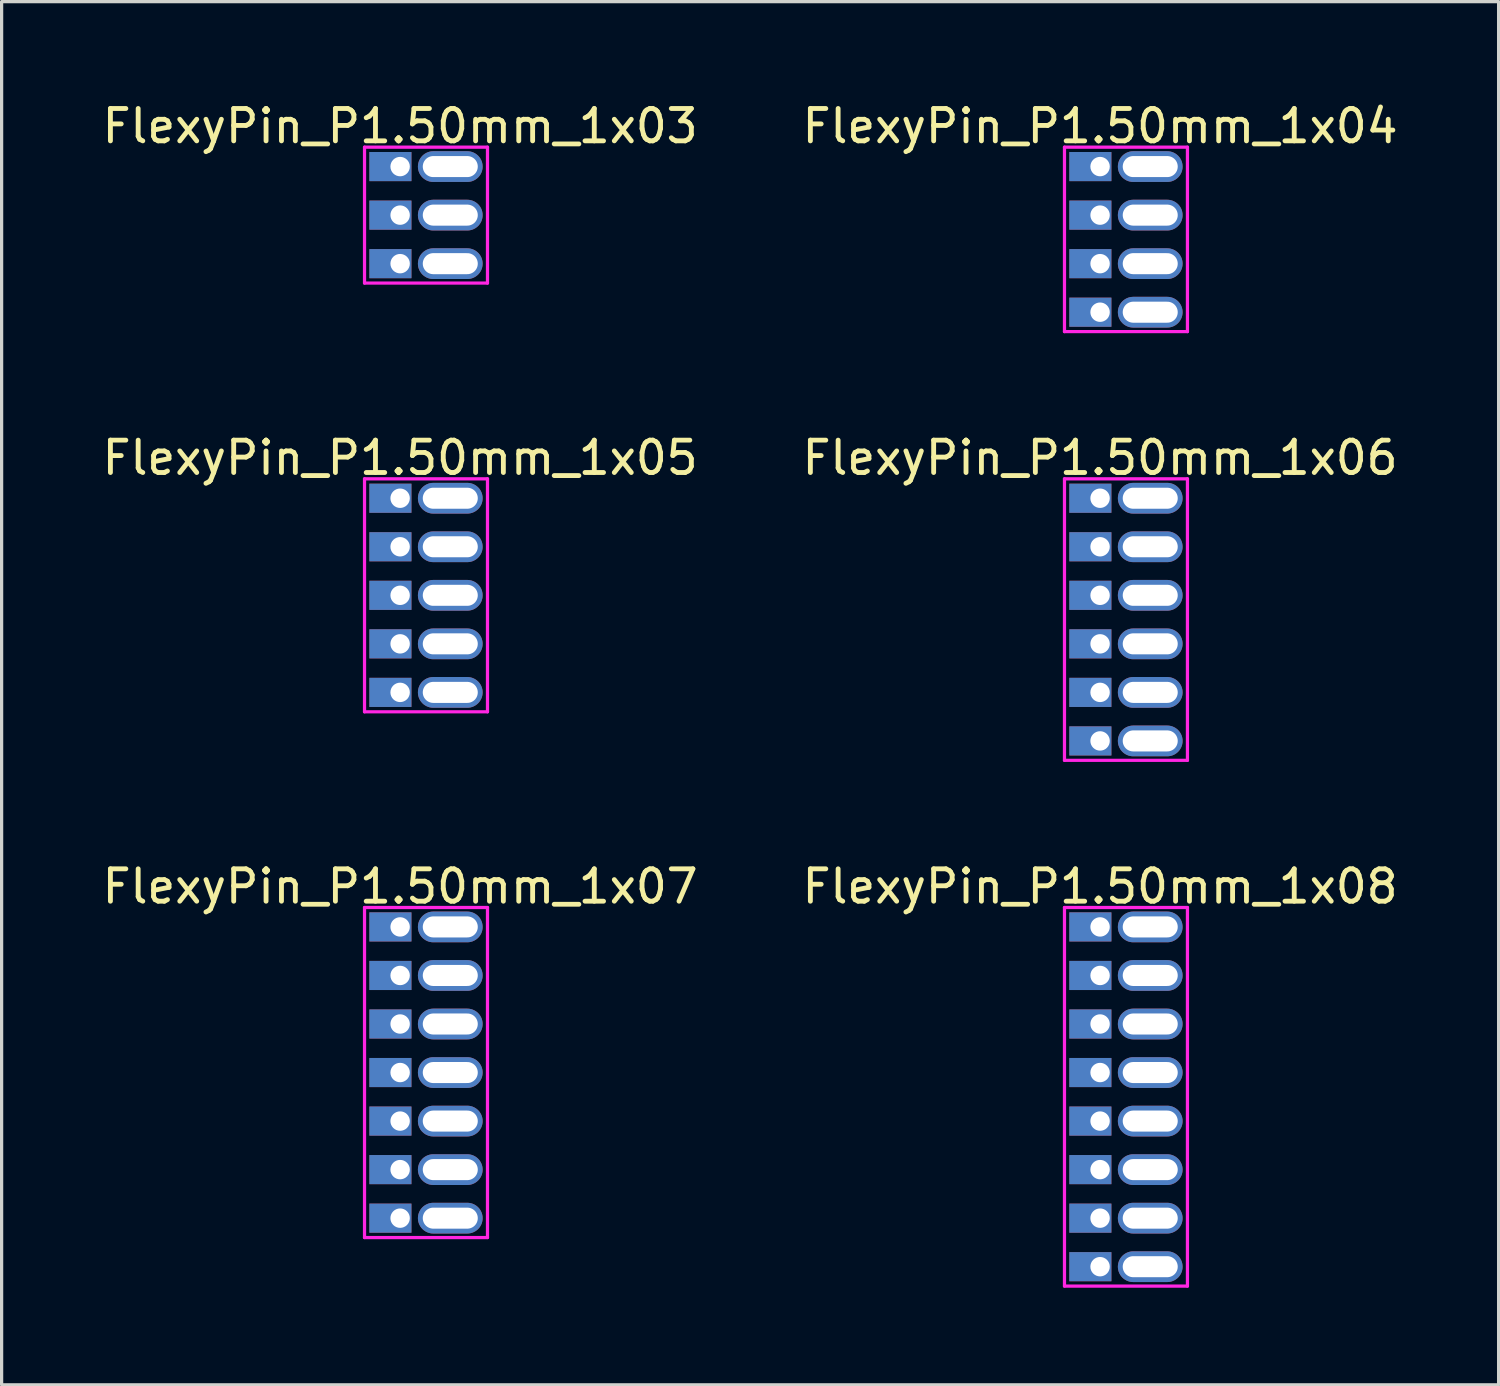
<source format=kicad_pcb>
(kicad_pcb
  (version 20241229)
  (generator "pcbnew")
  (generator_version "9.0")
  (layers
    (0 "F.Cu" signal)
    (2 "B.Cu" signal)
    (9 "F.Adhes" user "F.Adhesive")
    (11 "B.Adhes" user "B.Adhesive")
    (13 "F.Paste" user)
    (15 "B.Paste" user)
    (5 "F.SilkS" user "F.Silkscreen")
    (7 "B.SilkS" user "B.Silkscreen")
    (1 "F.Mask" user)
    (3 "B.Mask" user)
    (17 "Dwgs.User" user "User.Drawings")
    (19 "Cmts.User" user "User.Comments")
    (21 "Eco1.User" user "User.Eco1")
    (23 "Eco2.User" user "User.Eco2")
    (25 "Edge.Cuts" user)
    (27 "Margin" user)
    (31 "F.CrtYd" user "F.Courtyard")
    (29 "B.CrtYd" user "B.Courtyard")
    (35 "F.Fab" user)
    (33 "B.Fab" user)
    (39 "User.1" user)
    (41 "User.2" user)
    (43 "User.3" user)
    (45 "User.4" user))
  (footprint "FlexyPin_P1.50mm_1x04"
    (layer "F.Cu")
    (at 30.946 2.098)
    (property "Reference" "FlexyPin_P1.50mm_1x04" (at 0 -1.25 0) (layer "F.SilkS") (effects (font (size 1 1) (thickness 0.15))))
    (attr through_hole)
    (fp_line (start -1.1 -0.6) (end 2.7 -0.6) (stroke (width 0.1) (type solid)) (layer "F.CrtYd"))
    (fp_line (start -1.1 5.1) (end -1.1 -0.6) (stroke (width 0.1) (type solid)) (layer "F.CrtYd"))
    (fp_line (start 2.7 -0.6) (end 2.7 5.1) (stroke (width 0.1) (type solid)) (layer "F.CrtYd"))
    (fp_line (start 2.7 5.1) (end -1.1 5.1) (stroke (width 0.1) (type solid)) (layer "F.CrtYd"))
    (pad "" thru_hole oval (at 1.55 0) (size 2 0.95) (drill oval 1.7 0.65) (layers "*.Cu" "*.Mask"))
    (pad "" thru_hole oval (at 1.55 1.5) (size 2 0.95) (drill oval 1.7 0.65) (layers "*.Cu" "*.Mask"))
    (pad "" thru_hole oval (at 1.55 3) (size 2 0.95) (drill oval 1.7 0.65) (layers "*.Cu" "*.Mask"))
    (pad "" thru_hole oval (at 1.55 4.5) (size 2 0.95) (drill oval 1.7 0.65) (layers "*.Cu" "*.Mask"))
    (pad "1" thru_hole rect (at 0 0) (size 1.3 0.9) (drill 0.6 (offset -0.3 0)) (layers "*.Cu" "*.Mask"))
    (pad "2" thru_hole rect (at 0 1.5) (size 1.3 0.9) (drill 0.6 (offset -0.3 0)) (layers "*.Cu" "*.Mask"))
    (pad "3" thru_hole rect (at 0 3) (size 1.3 0.9) (drill 0.6 (offset -0.3 0)) (layers "*.Cu" "*.Mask"))
    (pad "4" thru_hole rect (at 0 4.5) (size 1.3 0.9) (drill 0.6 (offset -0.3 0)) (layers "*.Cu" "*.Mask")))
  (footprint "FlexyPin_P1.50mm_1x06"
    (layer "F.Cu")
    (at 30.946 12.347)
    (property "Reference" "FlexyPin_P1.50mm_1x06" (at 0 -1.25 0) (layer "F.SilkS") (effects (font (size 1 1) (thickness 0.15))))
    (attr through_hole)
    (fp_line (start -1.1 -0.6) (end 2.7 -0.6) (stroke (width 0.1) (type solid)) (layer "F.CrtYd"))
    (fp_line (start -1.1 8.1) (end -1.1 -0.6) (stroke (width 0.1) (type solid)) (layer "F.CrtYd"))
    (fp_line (start 2.7 -0.6) (end 2.7 8.1) (stroke (width 0.1) (type solid)) (layer "F.CrtYd"))
    (fp_line (start 2.7 8.1) (end -1.1 8.1) (stroke (width 0.1) (type solid)) (layer "F.CrtYd"))
    (pad "" thru_hole oval (at 1.55 0) (size 2 0.95) (drill oval 1.7 0.65) (layers "*.Cu" "*.Mask"))
    (pad "" thru_hole oval (at 1.55 1.5) (size 2 0.95) (drill oval 1.7 0.65) (layers "*.Cu" "*.Mask"))
    (pad "" thru_hole oval (at 1.55 3) (size 2 0.95) (drill oval 1.7 0.65) (layers "*.Cu" "*.Mask"))
    (pad "" thru_hole oval (at 1.55 4.5) (size 2 0.95) (drill oval 1.7 0.65) (layers "*.Cu" "*.Mask"))
    (pad "" thru_hole oval (at 1.55 6) (size 2 0.95) (drill oval 1.7 0.65) (layers "*.Cu" "*.Mask"))
    (pad "" thru_hole oval (at 1.55 7.5) (size 2 0.95) (drill oval 1.7 0.65) (layers "*.Cu" "*.Mask"))
    (pad "1" thru_hole rect (at 0 0) (size 1.3 0.9) (drill 0.6 (offset -0.3 0)) (layers "*.Cu" "*.Mask"))
    (pad "2" thru_hole rect (at 0 1.5) (size 1.3 0.9) (drill 0.6 (offset -0.3 0)) (layers "*.Cu" "*.Mask"))
    (pad "3" thru_hole rect (at 0 3) (size 1.3 0.9) (drill 0.6 (offset -0.3 0)) (layers "*.Cu" "*.Mask"))
    (pad "4" thru_hole rect (at 0 4.5) (size 1.3 0.9) (drill 0.6 (offset -0.3 0)) (layers "*.Cu" "*.Mask"))
    (pad "5" thru_hole rect (at 0 6) (size 1.3 0.9) (drill 0.6 (offset -0.3 0)) (layers "*.Cu" "*.Mask"))
    (pad "6" thru_hole rect (at 0 7.5) (size 1.3 0.9) (drill 0.6 (offset -0.3 0)) (layers "*.Cu" "*.Mask")))
  (footprint "FlexyPin_P1.50mm_1x05"
    (layer "F.Cu")
    (at 9.315 12.347)
    (property "Reference" "FlexyPin_P1.50mm_1x05" (at 0 -1.25 0) (layer "F.SilkS") (effects (font (size 1 1) (thickness 0.15))))
    (attr through_hole)
    (fp_line (start -1.1 -0.6) (end 2.7 -0.6) (stroke (width 0.1) (type solid)) (layer "F.CrtYd"))
    (fp_line (start -1.1 6.6) (end -1.1 -0.6) (stroke (width 0.1) (type solid)) (layer "F.CrtYd"))
    (fp_line (start 2.7 -0.6) (end 2.7 6.6) (stroke (width 0.1) (type solid)) (layer "F.CrtYd"))
    (fp_line (start 2.7 6.6) (end -1.1 6.6) (stroke (width 0.1) (type solid)) (layer "F.CrtYd"))
    (pad "" thru_hole oval (at 1.55 0) (size 2 0.95) (drill oval 1.7 0.65) (layers "*.Cu" "*.Mask"))
    (pad "" thru_hole oval (at 1.55 1.5) (size 2 0.95) (drill oval 1.7 0.65) (layers "*.Cu" "*.Mask"))
    (pad "" thru_hole oval (at 1.55 3) (size 2 0.95) (drill oval 1.7 0.65) (layers "*.Cu" "*.Mask"))
    (pad "" thru_hole oval (at 1.55 4.5) (size 2 0.95) (drill oval 1.7 0.65) (layers "*.Cu" "*.Mask"))
    (pad "" thru_hole oval (at 1.55 6) (size 2 0.95) (drill oval 1.7 0.65) (layers "*.Cu" "*.Mask"))
    (pad "1" thru_hole rect (at 0 0) (size 1.3 0.9) (drill 0.6 (offset -0.3 0)) (layers "*.Cu" "*.Mask"))
    (pad "2" thru_hole rect (at 0 1.5) (size 1.3 0.9) (drill 0.6 (offset -0.3 0)) (layers "*.Cu" "*.Mask"))
    (pad "3" thru_hole rect (at 0 3) (size 1.3 0.9) (drill 0.6 (offset -0.3 0)) (layers "*.Cu" "*.Mask"))
    (pad "4" thru_hole rect (at 0 4.5) (size 1.3 0.9) (drill 0.6 (offset -0.3 0)) (layers "*.Cu" "*.Mask"))
    (pad "5" thru_hole rect (at 0 6) (size 1.3 0.9) (drill 0.6 (offset -0.3 0)) (layers "*.Cu" "*.Mask")))
  (footprint "FlexyPin_P1.50mm_1x03"
    (layer "F.Cu")
    (at 9.315 2.098)
    (property "Reference" "FlexyPin_P1.50mm_1x03" (at 0 -1.25 0) (layer "F.SilkS") (effects (font (size 1 1) (thickness 0.15))))
    (attr through_hole)
    (fp_line (start -1.1 -0.6) (end 2.7 -0.6) (stroke (width 0.1) (type solid)) (layer "F.CrtYd"))
    (fp_line (start -1.1 3.6) (end -1.1 -0.6) (stroke (width 0.1) (type solid)) (layer "F.CrtYd"))
    (fp_line (start 2.7 -0.6) (end 2.7 3.6) (stroke (width 0.1) (type solid)) (layer "F.CrtYd"))
    (fp_line (start 2.7 3.6) (end -1.1 3.6) (stroke (width 0.1) (type solid)) (layer "F.CrtYd"))
    (pad "" thru_hole oval (at 1.55 0) (size 2 0.95) (drill oval 1.7 0.65) (layers "*.Cu" "*.Mask"))
    (pad "" thru_hole oval (at 1.55 1.5) (size 2 0.95) (drill oval 1.7 0.65) (layers "*.Cu" "*.Mask"))
    (pad "" thru_hole oval (at 1.55 3) (size 2 0.95) (drill oval 1.7 0.65) (layers "*.Cu" "*.Mask"))
    (pad "1" thru_hole rect (at 0 0) (size 1.3 0.9) (drill 0.6 (offset -0.3 0)) (layers "*.Cu" "*.Mask"))
    (pad "2" thru_hole rect (at 0 1.5) (size 1.3 0.9) (drill 0.6 (offset -0.3 0)) (layers "*.Cu" "*.Mask"))
    (pad "3" thru_hole rect (at 0 3) (size 1.3 0.9) (drill 0.6 (offset -0.3 0)) (layers "*.Cu" "*.Mask")))
  (footprint "FlexyPin_P1.50mm_1x07"
    (layer "F.Cu")
    (at 9.315 25.595)
    (property "Reference" "FlexyPin_P1.50mm_1x07" (at 0 -1.25 0) (layer "F.SilkS") (effects (font (size 1 1) (thickness 0.15))))
    (attr through_hole)
    (fp_line (start -1.1 -0.6) (end 2.7 -0.6) (stroke (width 0.1) (type solid)) (layer "F.CrtYd"))
    (fp_line (start -1.1 9.6) (end -1.1 -0.6) (stroke (width 0.1) (type solid)) (layer "F.CrtYd"))
    (fp_line (start 2.7 -0.6) (end 2.7 9.6) (stroke (width 0.1) (type solid)) (layer "F.CrtYd"))
    (fp_line (start 2.7 9.6) (end -1.1 9.6) (stroke (width 0.1) (type solid)) (layer "F.CrtYd"))
    (pad "" thru_hole oval (at 1.55 0) (size 2 0.95) (drill oval 1.7 0.65) (layers "*.Cu" "*.Mask"))
    (pad "" thru_hole oval (at 1.55 1.5) (size 2 0.95) (drill oval 1.7 0.65) (layers "*.Cu" "*.Mask"))
    (pad "" thru_hole oval (at 1.55 3) (size 2 0.95) (drill oval 1.7 0.65) (layers "*.Cu" "*.Mask"))
    (pad "" thru_hole oval (at 1.55 4.5) (size 2 0.95) (drill oval 1.7 0.65) (layers "*.Cu" "*.Mask"))
    (pad "" thru_hole oval (at 1.55 6) (size 2 0.95) (drill oval 1.7 0.65) (layers "*.Cu" "*.Mask"))
    (pad "" thru_hole oval (at 1.55 7.5) (size 2 0.95) (drill oval 1.7 0.65) (layers "*.Cu" "*.Mask"))
    (pad "" thru_hole oval (at 1.55 9) (size 2 0.95) (drill oval 1.7 0.65) (layers "*.Cu" "*.Mask"))
    (pad "1" thru_hole rect (at 0 0) (size 1.3 0.9) (drill 0.6 (offset -0.3 0)) (layers "*.Cu" "*.Mask"))
    (pad "2" thru_hole rect (at 0 1.5) (size 1.3 0.9) (drill 0.6 (offset -0.3 0)) (layers "*.Cu" "*.Mask"))
    (pad "3" thru_hole rect (at 0 3) (size 1.3 0.9) (drill 0.6 (offset -0.3 0)) (layers "*.Cu" "*.Mask"))
    (pad "4" thru_hole rect (at 0 4.5) (size 1.3 0.9) (drill 0.6 (offset -0.3 0)) (layers "*.Cu" "*.Mask"))
    (pad "5" thru_hole rect (at 0 6) (size 1.3 0.9) (drill 0.6 (offset -0.3 0)) (layers "*.Cu" "*.Mask"))
    (pad "6" thru_hole rect (at 0 7.5) (size 1.3 0.9) (drill 0.6 (offset -0.3 0)) (layers "*.Cu" "*.Mask"))
    (pad "7" thru_hole rect (at 0 9) (size 1.3 0.9) (drill 0.6 (offset -0.3 0)) (layers "*.Cu" "*.Mask")))
  (footprint "FlexyPin_P1.50mm_1x08"
    (layer "F.Cu")
    (at 30.946 25.595)
    (property "Reference" "FlexyPin_P1.50mm_1x08" (at 0 -1.25 0) (layer "F.SilkS") (effects (font (size 1 1) (thickness 0.15))))
    (attr through_hole)
    (fp_line (start -1.1 -0.6) (end 2.7 -0.6) (stroke (width 0.1) (type solid)) (layer "F.CrtYd"))
    (fp_line (start -1.1 11.1) (end -1.1 -0.6) (stroke (width 0.1) (type solid)) (layer "F.CrtYd"))
    (fp_line (start 2.7 -0.6) (end 2.7 11.1) (stroke (width 0.1) (type solid)) (layer "F.CrtYd"))
    (fp_line (start 2.7 11.1) (end -1.1 11.1) (stroke (width 0.1) (type solid)) (layer "F.CrtYd"))
    (pad "" thru_hole oval (at 1.55 0) (size 2 0.95) (drill oval 1.7 0.65) (layers "*.Cu" "*.Mask"))
    (pad "" thru_hole oval (at 1.55 1.5) (size 2 0.95) (drill oval 1.7 0.65) (layers "*.Cu" "*.Mask"))
    (pad "" thru_hole oval (at 1.55 3) (size 2 0.95) (drill oval 1.7 0.65) (layers "*.Cu" "*.Mask"))
    (pad "" thru_hole oval (at 1.55 4.5) (size 2 0.95) (drill oval 1.7 0.65) (layers "*.Cu" "*.Mask"))
    (pad "" thru_hole oval (at 1.55 6) (size 2 0.95) (drill oval 1.7 0.65) (layers "*.Cu" "*.Mask"))
    (pad "" thru_hole oval (at 1.55 7.5) (size 2 0.95) (drill oval 1.7 0.65) (layers "*.Cu" "*.Mask"))
    (pad "" thru_hole oval (at 1.55 9) (size 2 0.95) (drill oval 1.7 0.65) (layers "*.Cu" "*.Mask"))
    (pad "" thru_hole oval (at 1.55 10.5) (size 2 0.95) (drill oval 1.7 0.65) (layers "*.Cu" "*.Mask"))
    (pad "1" thru_hole rect (at 0 0) (size 1.3 0.9) (drill 0.6 (offset -0.3 0)) (layers "*.Cu" "*.Mask"))
    (pad "2" thru_hole rect (at 0 1.5) (size 1.3 0.9) (drill 0.6 (offset -0.3 0)) (layers "*.Cu" "*.Mask"))
    (pad "3" thru_hole rect (at 0 3) (size 1.3 0.9) (drill 0.6 (offset -0.3 0)) (layers "*.Cu" "*.Mask"))
    (pad "4" thru_hole rect (at 0 4.5) (size 1.3 0.9) (drill 0.6 (offset -0.3 0)) (layers "*.Cu" "*.Mask"))
    (pad "5" thru_hole rect (at 0 6) (size 1.3 0.9) (drill 0.6 (offset -0.3 0)) (layers "*.Cu" "*.Mask"))
    (pad "6" thru_hole rect (at 0 7.5) (size 1.3 0.9) (drill 0.6 (offset -0.3 0)) (layers "*.Cu" "*.Mask"))
    (pad "7" thru_hole rect (at 0 9) (size 1.3 0.9) (drill 0.6 (offset -0.3 0)) (layers "*.Cu" "*.Mask"))
    (pad "8" thru_hole rect (at 0 10.5) (size 1.3 0.9) (drill 0.6 (offset -0.3 0)) (layers "*.Cu" "*.Mask")))
  (gr_rect
    (start -3 -3)
    (end 43.262 39.745)
    (stroke (width 0.1) (type default))
    (fill no)
    (layer "Edge.Cuts")))
</source>
